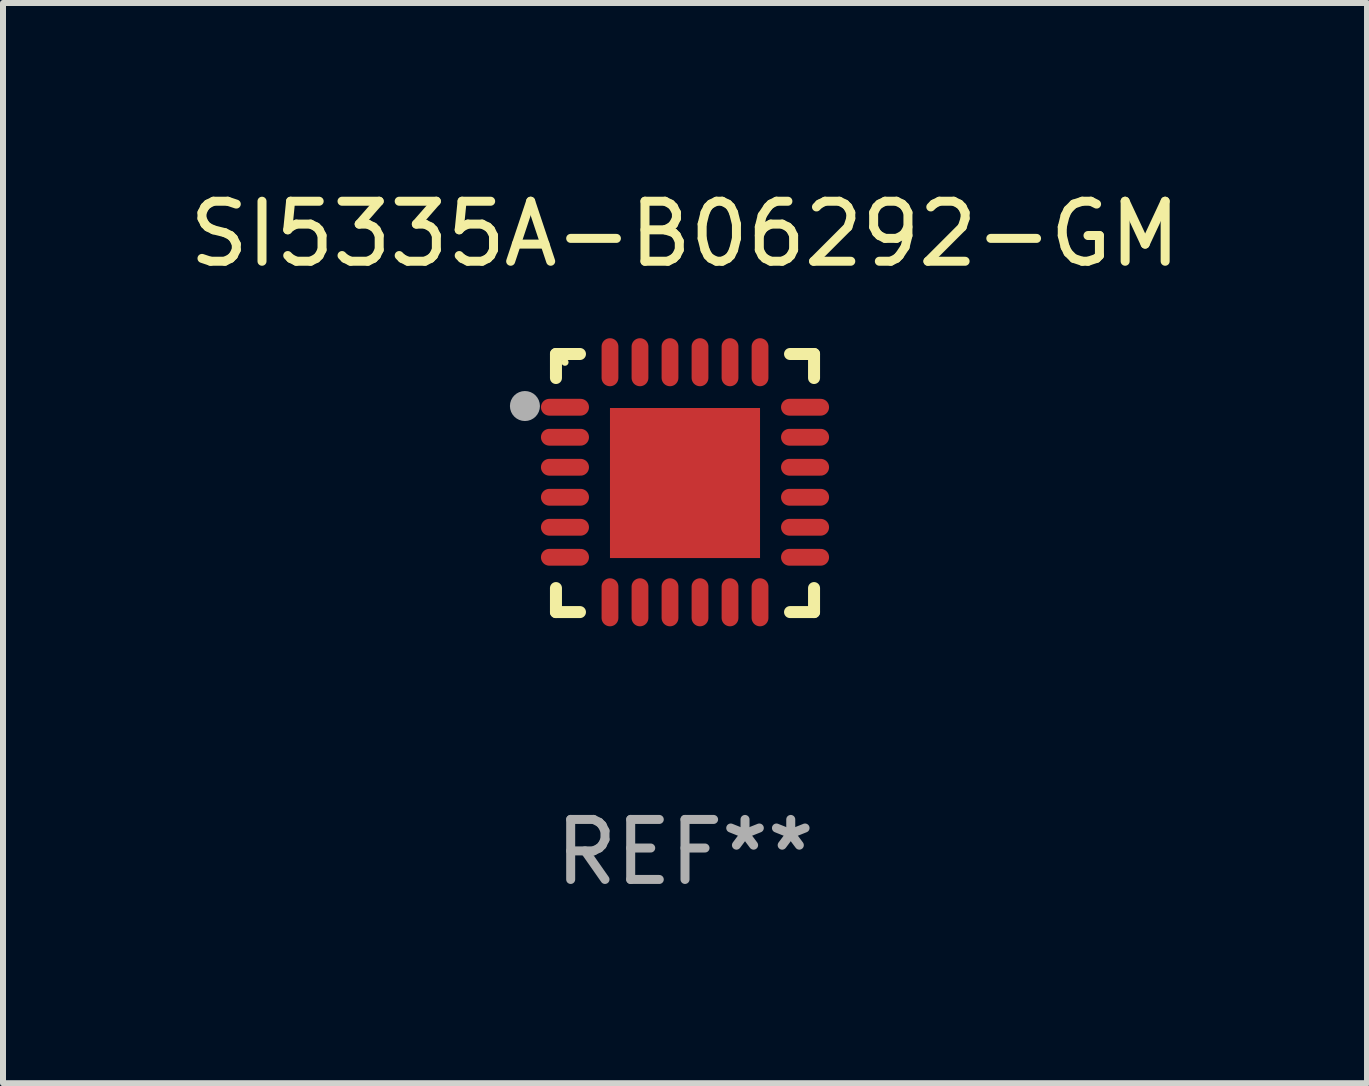
<source format=kicad_pcb>
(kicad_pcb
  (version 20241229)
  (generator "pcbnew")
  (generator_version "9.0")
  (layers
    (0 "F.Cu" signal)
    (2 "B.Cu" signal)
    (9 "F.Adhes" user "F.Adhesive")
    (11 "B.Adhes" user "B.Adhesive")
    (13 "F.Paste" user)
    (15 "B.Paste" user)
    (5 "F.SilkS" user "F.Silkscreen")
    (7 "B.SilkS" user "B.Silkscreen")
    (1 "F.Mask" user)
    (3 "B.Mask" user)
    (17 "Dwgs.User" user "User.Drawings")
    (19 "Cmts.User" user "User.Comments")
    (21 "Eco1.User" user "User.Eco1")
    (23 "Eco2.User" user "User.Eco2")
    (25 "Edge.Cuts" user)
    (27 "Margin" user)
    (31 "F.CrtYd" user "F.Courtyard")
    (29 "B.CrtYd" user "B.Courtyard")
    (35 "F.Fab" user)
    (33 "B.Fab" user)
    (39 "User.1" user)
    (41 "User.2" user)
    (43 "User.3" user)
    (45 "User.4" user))
  (footprint "SI5335A-B06292-GM"
    (layer "F.Cu")
    (at 8.363 4.998)
    (property "Reference" "SI5335A-B06292-GM" (at 0 -4.15 0) (layer "F.SilkS") (effects (font (size 1 1) (thickness 0.15))))
    (attr through_hole)
    (fp_line (start -2.15 -2.15) (end -1.75 -2.15) (stroke (width 0.2) (type solid)) (layer "F.SilkS"))
    (fp_line (start -2.15 -1.75) (end -2.15 -2.15) (stroke (width 0.2) (type solid)) (layer "F.SilkS"))
    (fp_line (start -2.15 2.15) (end -2.15 1.75) (stroke (width 0.2) (type solid)) (layer "F.SilkS"))
    (fp_line (start -1.75 2.15) (end -2.15 2.15) (stroke (width 0.2) (type solid)) (layer "F.SilkS"))
    (fp_line (start 1.75 -2.15) (end 2.15 -2.15) (stroke (width 0.2) (type solid)) (layer "F.SilkS"))
    (fp_line (start 1.75 2.15) (end 2.15 2.15) (stroke (width 0.2) (type solid)) (layer "F.SilkS"))
    (fp_line (start 2.15 -2.15) (end 2.15 -1.75) (stroke (width 0.2) (type solid)) (layer "F.SilkS"))
    (fp_line (start 2.15 2.15) (end 2.15 1.75) (stroke (width 0.2) (type solid)) (layer "F.SilkS"))
    (fp_circle (center -2 -2.013) (end -1.97 -2.013) (stroke (width 0.06) (type solid)) (fill no) (layer "F.SilkS"))
    (fp_circle (center -2.667 -1.283) (end -2.542 -1.283) (stroke (width 0.25) (type solid)) (fill no) (layer "F.Fab"))
    (fp_text user "REF**" (at 0 6.15 0) (layer "F.Fab") (effects (font (size 1 1) (thickness 0.15))))
    (pad "1" smd oval (at -2 -1.263) (size 0.8 0.28) (layers "F.Cu" "F.Mask" "F.Paste"))
    (pad "2" smd oval (at -2 -0.763) (size 0.8 0.28) (layers "F.Cu" "F.Mask" "F.Paste"))
    (pad "3" smd oval (at -2 -0.263) (size 0.8 0.28) (layers "F.Cu" "F.Mask" "F.Paste"))
    (pad "4" smd oval (at -2 0.237) (size 0.8 0.28) (layers "F.Cu" "F.Mask" "F.Paste"))
    (pad "5" smd oval (at -2 0.737) (size 0.8 0.28) (layers "F.Cu" "F.Mask" "F.Paste"))
    (pad "6" smd oval (at -2 1.237) (size 0.8 0.28) (layers "F.Cu" "F.Mask" "F.Paste"))
    (pad "7" smd oval (at -1.25 1.987) (size 0.28 0.8) (layers "F.Cu" "F.Mask" "F.Paste"))
    (pad "8" smd oval (at -0.75 1.987) (size 0.28 0.8) (layers "F.Cu" "F.Mask" "F.Paste"))
    (pad "9" smd oval (at -0.25 1.987) (size 0.28 0.8) (layers "F.Cu" "F.Mask" "F.Paste"))
    (pad "10" smd oval (at 0.25 1.987) (size 0.28 0.8) (layers "F.Cu" "F.Mask" "F.Paste"))
    (pad "11" smd oval (at 0.75 1.987) (size 0.28 0.8) (layers "F.Cu" "F.Mask" "F.Paste"))
    (pad "12" smd oval (at 1.25 1.987) (size 0.28 0.8) (layers "F.Cu" "F.Mask" "F.Paste"))
    (pad "13" smd oval (at 2 1.237) (size 0.8 0.28) (layers "F.Cu" "F.Mask" "F.Paste"))
    (pad "14" smd oval (at 2 0.737) (size 0.8 0.28) (layers "F.Cu" "F.Mask" "F.Paste"))
    (pad "15" smd oval (at 2 0.237) (size 0.8 0.28) (layers "F.Cu" "F.Mask" "F.Paste"))
    (pad "16" smd oval (at 2 -0.263) (size 0.8 0.28) (layers "F.Cu" "F.Mask" "F.Paste"))
    (pad "17" smd oval (at 2 -0.763) (size 0.8 0.28) (layers "F.Cu" "F.Mask" "F.Paste"))
    (pad "18" smd oval (at 2 -1.263) (size 0.8 0.28) (layers "F.Cu" "F.Mask" "F.Paste"))
    (pad "19" smd oval (at 1.25 -2.013) (size 0.28 0.8) (layers "F.Cu" "F.Mask" "F.Paste"))
    (pad "20" smd oval (at 0.75 -2.013) (size 0.28 0.8) (layers "F.Cu" "F.Mask" "F.Paste"))
    (pad "21" smd oval (at 0.25 -2.013) (size 0.28 0.8) (layers "F.Cu" "F.Mask" "F.Paste"))
    (pad "22" smd oval (at -0.25 -2.013) (size 0.28 0.8) (layers "F.Cu" "F.Mask" "F.Paste"))
    (pad "23" smd oval (at -0.75 -2.013) (size 0.28 0.8) (layers "F.Cu" "F.Mask" "F.Paste"))
    (pad "24" smd oval (at -1.25 -2.013) (size 0.28 0.8) (layers "F.Cu" "F.Mask" "F.Paste"))
    (pad "25" smd rect (at -0.000127 -0.00014) (size 2.5 2.5) (layers "F.Cu" "F.Mask" "F.Paste")))
  (gr_rect
    (start -3 -3)
    (end 19.726 14.997)
    (stroke (width 0.1) (type default))
    (fill no)
    (layer "Edge.Cuts")))
</source>
